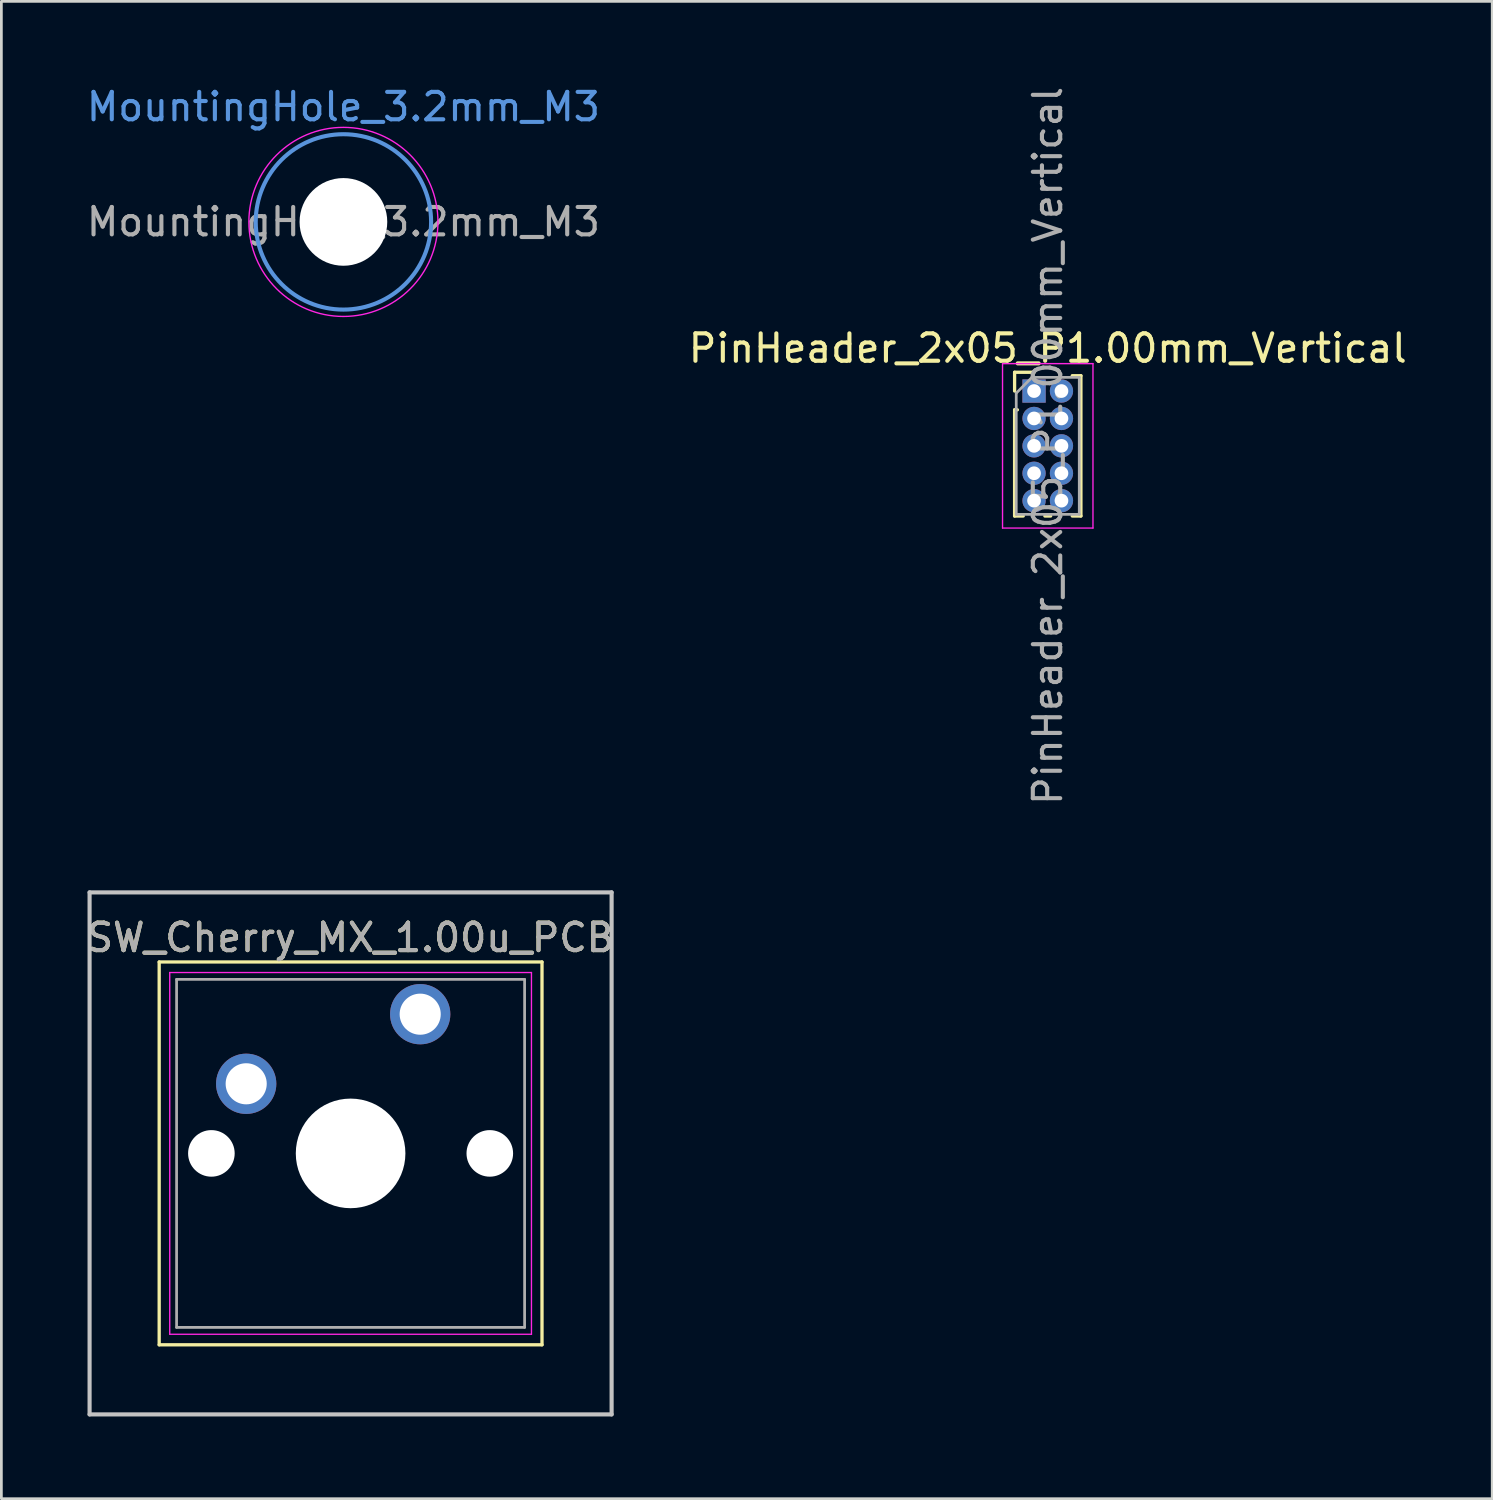
<source format=kicad_pcb>
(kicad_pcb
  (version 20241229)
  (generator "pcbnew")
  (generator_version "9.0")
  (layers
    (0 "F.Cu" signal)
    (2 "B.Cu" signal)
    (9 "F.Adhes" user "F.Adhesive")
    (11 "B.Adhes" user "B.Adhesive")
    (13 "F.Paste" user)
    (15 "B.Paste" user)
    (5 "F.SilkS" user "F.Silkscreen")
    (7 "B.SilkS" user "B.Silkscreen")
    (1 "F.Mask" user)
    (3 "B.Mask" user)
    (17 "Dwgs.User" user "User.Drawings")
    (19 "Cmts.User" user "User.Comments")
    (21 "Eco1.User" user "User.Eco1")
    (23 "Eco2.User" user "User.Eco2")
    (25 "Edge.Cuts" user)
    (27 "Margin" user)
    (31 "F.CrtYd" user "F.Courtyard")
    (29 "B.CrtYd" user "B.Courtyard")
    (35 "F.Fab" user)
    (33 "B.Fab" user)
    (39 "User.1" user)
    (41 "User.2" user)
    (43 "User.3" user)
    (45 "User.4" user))
  (footprint "SW_Cherry_MX_1.00u_PCB"
    (layer "F.Cu")
    (at 12.284 33.96)
    (property "Reference" "SW_Cherry_MX_1.00u_PCB" (at -2.54 -2.794 0) (layer "F.SilkS") (effects (font (size 1 1) (thickness 0.15))))
    (attr through_hole)
    (fp_line (start -9.525 -1.905) (end 4.445 -1.905) (stroke (width 0.12) (type solid)) (layer "F.SilkS"))
    (fp_line (start -9.525 12.065) (end -9.525 -1.905) (stroke (width 0.12) (type solid)) (layer "F.SilkS"))
    (fp_line (start 4.445 -1.905) (end 4.445 12.065) (stroke (width 0.12) (type solid)) (layer "F.SilkS"))
    (fp_line (start 4.445 12.065) (end -9.525 12.065) (stroke (width 0.12) (type solid)) (layer "F.SilkS"))
    (fp_line (start -12.065 -4.445) (end 6.985 -4.445) (stroke (width 0.15) (type solid)) (layer "Dwgs.User"))
    (fp_line (start -12.065 14.605) (end -12.065 -4.445) (stroke (width 0.15) (type solid)) (layer "Dwgs.User"))
    (fp_line (start 6.985 -4.445) (end 6.985 14.605) (stroke (width 0.15) (type solid)) (layer "Dwgs.User"))
    (fp_line (start 6.985 14.605) (end -12.065 14.605) (stroke (width 0.15) (type solid)) (layer "Dwgs.User"))
    (fp_line (start -9.14 -1.52) (end 4.06 -1.52) (stroke (width 0.05) (type solid)) (layer "F.CrtYd"))
    (fp_line (start -9.14 11.68) (end -9.14 -1.52) (stroke (width 0.05) (type solid)) (layer "F.CrtYd"))
    (fp_line (start 4.06 -1.52) (end 4.06 11.68) (stroke (width 0.05) (type solid)) (layer "F.CrtYd"))
    (fp_line (start 4.06 11.68) (end -9.14 11.68) (stroke (width 0.05) (type solid)) (layer "F.CrtYd"))
    (fp_line (start -8.89 -1.27) (end 3.81 -1.27) (stroke (width 0.1) (type solid)) (layer "F.Fab"))
    (fp_line (start -8.89 11.43) (end -8.89 -1.27) (stroke (width 0.1) (type solid)) (layer "F.Fab"))
    (fp_line (start 3.81 -1.27) (end 3.81 11.43) (stroke (width 0.1) (type solid)) (layer "F.Fab"))
    (fp_line (start 3.81 11.43) (end -8.89 11.43) (stroke (width 0.1) (type solid)) (layer "F.Fab"))
    (fp_text user "${REFERENCE}" (at -2.54 -2.794 0) (layer "F.Fab") (effects (font (size 1 1) (thickness 0.15))))
    (pad "" np_thru_hole circle (at -7.62 5.08) (size 1.7 1.7) (drill 1.7) (layers "*.Cu" "*.Mask"))
    (pad "" np_thru_hole circle (at -2.54 5.08) (size 4 4) (drill 4) (layers "*.Cu" "*.Mask"))
    (pad "" np_thru_hole circle (at 2.54 5.08) (size 1.7 1.7) (drill 1.7) (layers "*.Cu" "*.Mask"))
    (pad "1" thru_hole circle (at 0 0) (size 2.2 2.2) (drill 1.5) (layers "*.Cu" "*.Mask"))
    (pad "2" thru_hole circle (at -6.35 2.54) (size 2.2 2.2) (drill 1.5) (layers "*.Cu" "*.Mask")))
  (footprint "PinHeader_2x05_P1.00mm_Vertical"
    (layer "F.Cu")
    (at 34.685 11.22)
    (property "Reference" "PinHeader_2x05_P1.00mm_Vertical" (at 0.5 -1.56 0) (layer "F.SilkS") (effects (font (size 1 1) (thickness 0.15))))
    (attr through_hole)
    (fp_line (start -0.71 -0.685) (end 0 -0.685) (stroke (width 0.12) (type solid)) (layer "F.SilkS"))
    (fp_line (start -0.71 0) (end -0.71 -0.685) (stroke (width 0.12) (type solid)) (layer "F.SilkS"))
    (fp_line (start -0.71 0.685) (end -0.71 4.56) (stroke (width 0.12) (type solid)) (layer "F.SilkS"))
    (fp_line (start -0.71 0.685) (end -0.608 0.685) (stroke (width 0.12) (type solid)) (layer "F.SilkS"))
    (fp_line (start -0.71 4.56) (end -0.394 4.56) (stroke (width 0.12) (type solid)) (layer "F.SilkS"))
    (fp_line (start 0.394 4.56) (end 0.606 4.56) (stroke (width 0.12) (type solid)) (layer "F.SilkS"))
    (fp_line (start 1.394 -0.56) (end 1.71 -0.56) (stroke (width 0.12) (type solid)) (layer "F.SilkS"))
    (fp_line (start 1.394 4.56) (end 1.71 4.56) (stroke (width 0.12) (type solid)) (layer "F.SilkS"))
    (fp_line (start 1.71 -0.56) (end 1.71 4.56) (stroke (width 0.12) (type solid)) (layer "F.SilkS"))
    (fp_line (start -1.15 -1) (end -1.15 5) (stroke (width 0.05) (type solid)) (layer "F.CrtYd"))
    (fp_line (start -1.15 5) (end 2.15 5) (stroke (width 0.05) (type solid)) (layer "F.CrtYd"))
    (fp_line (start 2.15 -1) (end -1.15 -1) (stroke (width 0.05) (type solid)) (layer "F.CrtYd"))
    (fp_line (start 2.15 5) (end 2.15 -1) (stroke (width 0.05) (type solid)) (layer "F.CrtYd"))
    (fp_line (start -0.65 0.075) (end -0.075 -0.5) (stroke (width 0.1) (type solid)) (layer "F.Fab"))
    (fp_line (start -0.65 4.5) (end -0.65 0.075) (stroke (width 0.1) (type solid)) (layer "F.Fab"))
    (fp_line (start -0.075 -0.5) (end 1.65 -0.5) (stroke (width 0.1) (type solid)) (layer "F.Fab"))
    (fp_line (start 1.65 -0.5) (end 1.65 4.5) (stroke (width 0.1) (type solid)) (layer "F.Fab"))
    (fp_line (start 1.65 4.5) (end -0.65 4.5) (stroke (width 0.1) (type solid)) (layer "F.Fab"))
    (fp_text user "${REFERENCE}" (at 0.5 2 90) (layer "F.Fab") (effects (font (size 1 1) (thickness 0.15))))
    (pad "1" thru_hole rect (at 0 0 180) (size 0.85 0.85) (drill 0.5) (layers "*.Cu" "*.Mask"))
    (pad "2" thru_hole oval (at 1 0 180) (size 0.85 0.85) (drill 0.5) (layers "*.Cu" "*.Mask"))
    (pad "3" thru_hole oval (at 0 1 180) (size 0.85 0.85) (drill 0.5) (layers "*.Cu" "*.Mask"))
    (pad "4" thru_hole oval (at 1 1 180) (size 0.85 0.85) (drill 0.5) (layers "*.Cu" "*.Mask"))
    (pad "5" thru_hole oval (at 0 2 180) (size 0.85 0.85) (drill 0.5) (layers "*.Cu" "*.Mask"))
    (pad "6" thru_hole oval (at 1 2 180) (size 0.85 0.85) (drill 0.5) (layers "*.Cu" "*.Mask"))
    (pad "7" thru_hole oval (at 0 3 180) (size 0.85 0.85) (drill 0.5) (layers "*.Cu" "*.Mask"))
    (pad "8" thru_hole oval (at 1 3 180) (size 0.85 0.85) (drill 0.5) (layers "*.Cu" "*.Mask"))
    (pad "9" thru_hole oval (at 0 4 180) (size 0.85 0.85) (drill 0.5) (layers "*.Cu" "*.Mask"))
    (pad "10" thru_hole oval (at 1 4 180) (size 0.85 0.85) (drill 0.5) (layers "*.Cu" "*.Mask")))
  (footprint "MountingHole_3.2mm_M3"
    (layer "F.Cu")
    (at 9.482 5.048)
    (property "Reference" "MountingHole_3.2mm_M3" (at 0 -4.2 0) (layer "Cmts.User") (effects (font (size 1 1) (thickness 0.15))))
    (attr exclude_from_pos_files exclude_from_bom)
    (fp_circle (center 0 0) (end 3.2 0) (stroke (width 0.15) (type solid)) (fill no) (layer "Cmts.User"))
    (fp_circle (center 0 0) (end 3.45 0) (stroke (width 0.05) (type solid)) (fill no) (layer "F.CrtYd"))
    (fp_text user "${REFERENCE}" (at 0 0 0) (layer "F.Fab") (effects (font (size 1 1) (thickness 0.15))))
    (pad "" np_thru_hole circle (at 0 0) (size 3.2 3.2) (drill 3.2) (layers "*.Cu" "*.Mask")))
  (gr_rect
    (start -3 -3)
    (end 51.405 51.64)
    (stroke (width 0.1) (type default))
    (fill no)
    (layer "Edge.Cuts")))
</source>
